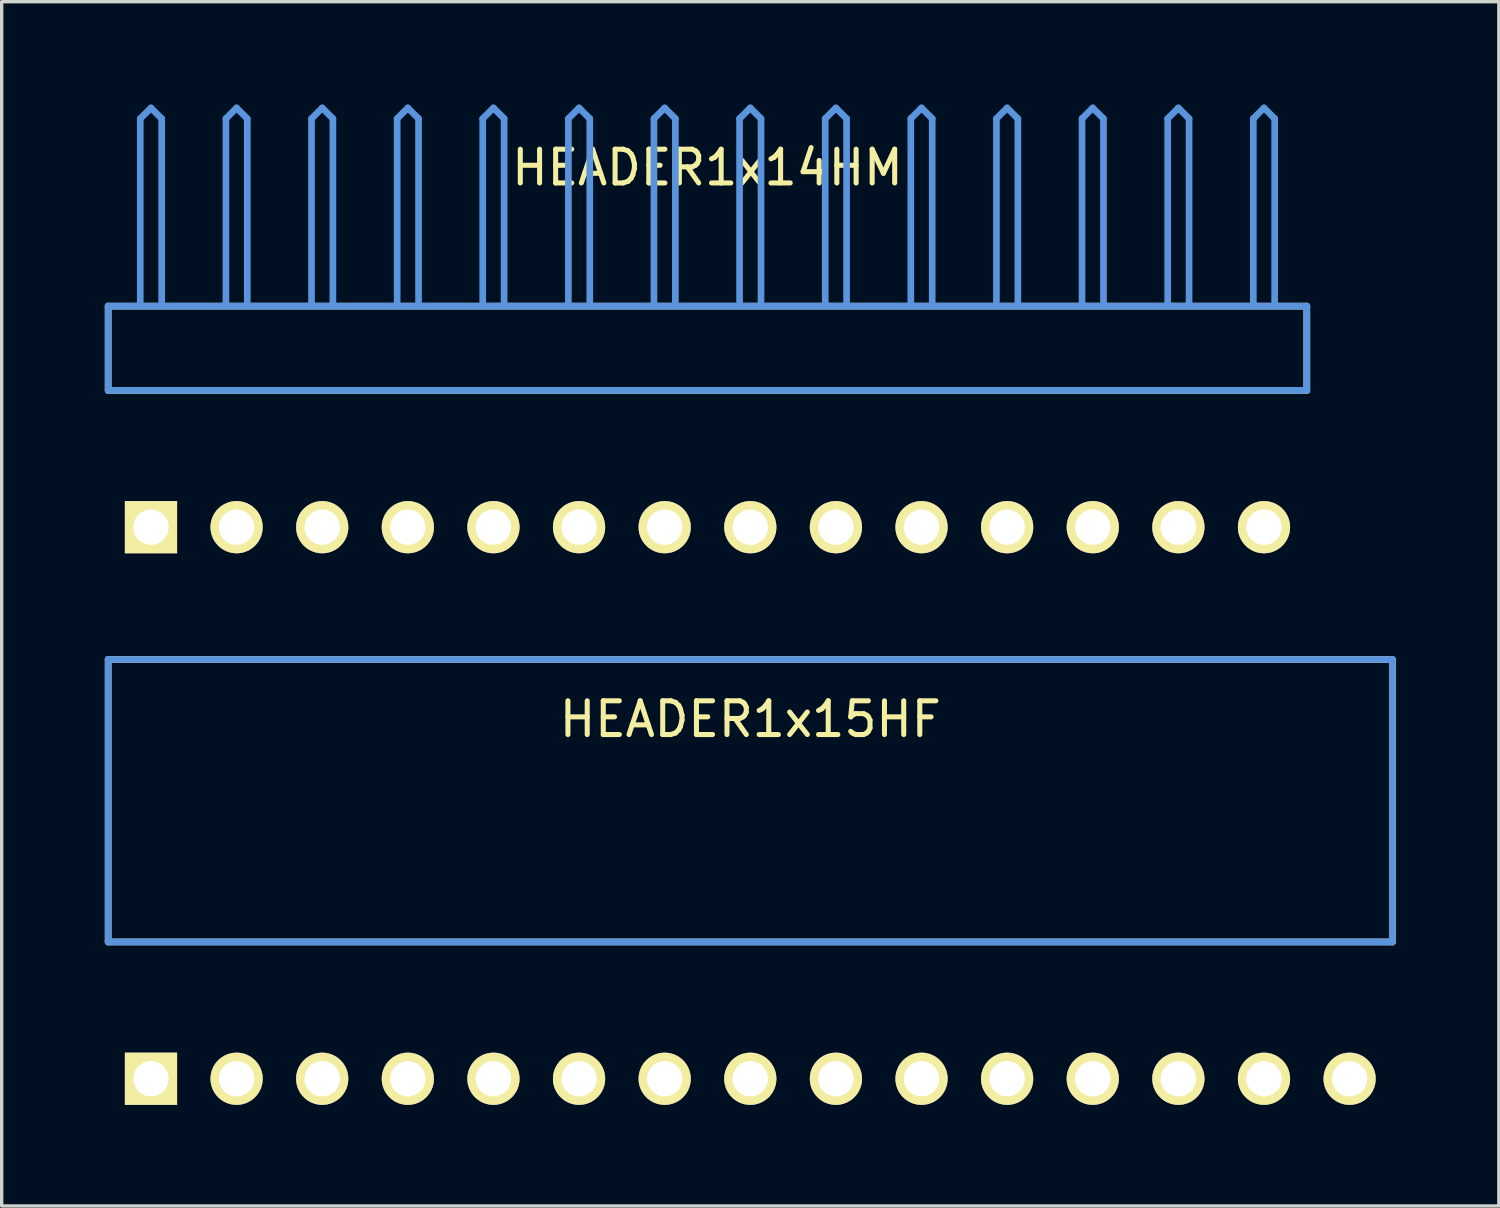
<source format=kicad_pcb>
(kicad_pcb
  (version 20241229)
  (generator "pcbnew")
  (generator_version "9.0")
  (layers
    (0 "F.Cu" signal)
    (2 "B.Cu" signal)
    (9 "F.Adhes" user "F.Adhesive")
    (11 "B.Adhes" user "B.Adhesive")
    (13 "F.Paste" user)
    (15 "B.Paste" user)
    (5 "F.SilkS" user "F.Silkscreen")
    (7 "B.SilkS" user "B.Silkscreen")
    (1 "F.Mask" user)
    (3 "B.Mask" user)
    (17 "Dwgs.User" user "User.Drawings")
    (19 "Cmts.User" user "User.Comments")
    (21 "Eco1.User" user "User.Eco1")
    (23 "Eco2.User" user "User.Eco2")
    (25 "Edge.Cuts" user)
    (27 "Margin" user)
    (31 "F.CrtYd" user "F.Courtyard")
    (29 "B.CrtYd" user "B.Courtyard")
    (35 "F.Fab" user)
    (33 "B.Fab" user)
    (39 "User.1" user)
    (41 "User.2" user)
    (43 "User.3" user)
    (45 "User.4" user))
  (footprint "HEADER1x14HM"
    (layer "F.Cu")
    (at 1.429 12.59)
    (property "Reference" "HEADER1x14HM" (at 16.51 -10.668 0) (layer "F.SilkS") (effects (font (size 1.001 1.001) (thickness 0.15))))
    (attr through_hole)
    (fp_line (start -1.27 -6.558) (end -1.27 -4.059) (stroke (width 0.198) (type solid)) (layer "F.SilkS"))
    (fp_line (start -1.27 -4.059) (end 34.29 -4.059) (stroke (width 0.198) (type solid)) (layer "F.SilkS"))
    (fp_line (start 34.29 -6.558) (end -1.27 -6.558) (stroke (width 0.198) (type solid)) (layer "F.SilkS"))
    (fp_line (start 34.29 -4.059) (end 34.29 -6.558) (stroke (width 0.198) (type solid)) (layer "F.SilkS"))
    (fp_line (start -1.27 -6.558) (end -1.27 -4.059) (stroke (width 0.198) (type solid)) (layer "Cmts.User"))
    (fp_line (start -1.27 -4.059) (end 34.29 -4.059) (stroke (width 0.198) (type solid)) (layer "Cmts.User"))
    (fp_line (start -0.318 -12.121) (end 0 -12.438) (stroke (width 0.198) (type solid)) (layer "Cmts.User"))
    (fp_line (start -0.318 -6.599) (end -0.318 -12.121) (stroke (width 0.198) (type solid)) (layer "Cmts.User"))
    (fp_line (start 0.318 -12.121) (end 0 -12.438) (stroke (width 0.198) (type solid)) (layer "Cmts.User"))
    (fp_line (start 0.318 -6.599) (end 0.318 -12.121) (stroke (width 0.198) (type solid)) (layer "Cmts.User"))
    (fp_line (start 2.223 -12.121) (end 2.54 -12.438) (stroke (width 0.198) (type solid)) (layer "Cmts.User"))
    (fp_line (start 2.223 -6.599) (end 2.223 -12.121) (stroke (width 0.198) (type solid)) (layer "Cmts.User"))
    (fp_line (start 2.857 -12.121) (end 2.54 -12.438) (stroke (width 0.198) (type solid)) (layer "Cmts.User"))
    (fp_line (start 2.857 -6.599) (end 2.857 -12.121) (stroke (width 0.198) (type solid)) (layer "Cmts.User"))
    (fp_line (start 4.763 -12.121) (end 5.08 -12.438) (stroke (width 0.198) (type solid)) (layer "Cmts.User"))
    (fp_line (start 4.763 -6.599) (end 4.763 -12.121) (stroke (width 0.198) (type solid)) (layer "Cmts.User"))
    (fp_line (start 5.397 -12.121) (end 5.08 -12.438) (stroke (width 0.198) (type solid)) (layer "Cmts.User"))
    (fp_line (start 5.397 -6.599) (end 5.397 -12.121) (stroke (width 0.198) (type solid)) (layer "Cmts.User"))
    (fp_line (start 7.303 -12.121) (end 7.62 -12.438) (stroke (width 0.198) (type solid)) (layer "Cmts.User"))
    (fp_line (start 7.303 -6.599) (end 7.303 -12.121) (stroke (width 0.198) (type solid)) (layer "Cmts.User"))
    (fp_line (start 7.938 -12.121) (end 7.62 -12.438) (stroke (width 0.198) (type solid)) (layer "Cmts.User"))
    (fp_line (start 7.938 -6.599) (end 7.938 -12.121) (stroke (width 0.198) (type solid)) (layer "Cmts.User"))
    (fp_line (start 9.842 -12.121) (end 10.16 -12.438) (stroke (width 0.198) (type solid)) (layer "Cmts.User"))
    (fp_line (start 9.842 -6.599) (end 9.842 -12.121) (stroke (width 0.198) (type solid)) (layer "Cmts.User"))
    (fp_line (start 10.477 -12.121) (end 10.16 -12.438) (stroke (width 0.198) (type solid)) (layer "Cmts.User"))
    (fp_line (start 10.477 -6.599) (end 10.477 -12.121) (stroke (width 0.198) (type solid)) (layer "Cmts.User"))
    (fp_line (start 12.383 -12.121) (end 12.7 -12.438) (stroke (width 0.198) (type solid)) (layer "Cmts.User"))
    (fp_line (start 12.383 -6.599) (end 12.383 -12.121) (stroke (width 0.198) (type solid)) (layer "Cmts.User"))
    (fp_line (start 13.018 -12.121) (end 12.7 -12.438) (stroke (width 0.198) (type solid)) (layer "Cmts.User"))
    (fp_line (start 13.018 -6.599) (end 13.018 -12.121) (stroke (width 0.198) (type solid)) (layer "Cmts.User"))
    (fp_line (start 14.922 -12.121) (end 15.24 -12.438) (stroke (width 0.198) (type solid)) (layer "Cmts.User"))
    (fp_line (start 14.922 -6.599) (end 14.922 -12.121) (stroke (width 0.198) (type solid)) (layer "Cmts.User"))
    (fp_line (start 15.557 -12.121) (end 15.24 -12.438) (stroke (width 0.198) (type solid)) (layer "Cmts.User"))
    (fp_line (start 15.557 -6.599) (end 15.557 -12.121) (stroke (width 0.198) (type solid)) (layer "Cmts.User"))
    (fp_line (start 17.462 -12.121) (end 17.78 -12.438) (stroke (width 0.198) (type solid)) (layer "Cmts.User"))
    (fp_line (start 17.462 -6.599) (end 17.462 -12.121) (stroke (width 0.198) (type solid)) (layer "Cmts.User"))
    (fp_line (start 18.098 -12.121) (end 17.78 -12.438) (stroke (width 0.198) (type solid)) (layer "Cmts.User"))
    (fp_line (start 18.098 -6.599) (end 18.098 -12.121) (stroke (width 0.198) (type solid)) (layer "Cmts.User"))
    (fp_line (start 20.003 -12.121) (end 20.32 -12.438) (stroke (width 0.198) (type solid)) (layer "Cmts.User"))
    (fp_line (start 20.003 -6.599) (end 20.003 -12.121) (stroke (width 0.198) (type solid)) (layer "Cmts.User"))
    (fp_line (start 20.637 -12.121) (end 20.32 -12.438) (stroke (width 0.198) (type solid)) (layer "Cmts.User"))
    (fp_line (start 20.637 -6.599) (end 20.637 -12.121) (stroke (width 0.198) (type solid)) (layer "Cmts.User"))
    (fp_line (start 22.543 -12.121) (end 22.86 -12.438) (stroke (width 0.198) (type solid)) (layer "Cmts.User"))
    (fp_line (start 22.543 -6.599) (end 22.543 -12.121) (stroke (width 0.198) (type solid)) (layer "Cmts.User"))
    (fp_line (start 23.177 -12.121) (end 22.86 -12.438) (stroke (width 0.198) (type solid)) (layer "Cmts.User"))
    (fp_line (start 23.177 -6.599) (end 23.177 -12.121) (stroke (width 0.198) (type solid)) (layer "Cmts.User"))
    (fp_line (start 25.082 -12.121) (end 25.4 -12.438) (stroke (width 0.198) (type solid)) (layer "Cmts.User"))
    (fp_line (start 25.082 -6.599) (end 25.082 -12.121) (stroke (width 0.198) (type solid)) (layer "Cmts.User"))
    (fp_line (start 25.718 -12.121) (end 25.4 -12.438) (stroke (width 0.198) (type solid)) (layer "Cmts.User"))
    (fp_line (start 25.718 -6.599) (end 25.718 -12.121) (stroke (width 0.198) (type solid)) (layer "Cmts.User"))
    (fp_line (start 27.622 -12.121) (end 27.94 -12.438) (stroke (width 0.198) (type solid)) (layer "Cmts.User"))
    (fp_line (start 27.622 -6.599) (end 27.622 -12.121) (stroke (width 0.198) (type solid)) (layer "Cmts.User"))
    (fp_line (start 28.258 -12.121) (end 27.94 -12.438) (stroke (width 0.198) (type solid)) (layer "Cmts.User"))
    (fp_line (start 28.258 -6.599) (end 28.258 -12.121) (stroke (width 0.198) (type solid)) (layer "Cmts.User"))
    (fp_line (start 30.163 -12.121) (end 30.48 -12.438) (stroke (width 0.198) (type solid)) (layer "Cmts.User"))
    (fp_line (start 30.163 -6.599) (end 30.163 -12.121) (stroke (width 0.198) (type solid)) (layer "Cmts.User"))
    (fp_line (start 30.797 -12.121) (end 30.48 -12.438) (stroke (width 0.198) (type solid)) (layer "Cmts.User"))
    (fp_line (start 30.797 -6.599) (end 30.797 -12.121) (stroke (width 0.198) (type solid)) (layer "Cmts.User"))
    (fp_line (start 32.703 -12.121) (end 33.02 -12.438) (stroke (width 0.198) (type solid)) (layer "Cmts.User"))
    (fp_line (start 32.703 -6.599) (end 32.703 -12.121) (stroke (width 0.198) (type solid)) (layer "Cmts.User"))
    (fp_line (start 33.337 -12.121) (end 33.02 -12.438) (stroke (width 0.198) (type solid)) (layer "Cmts.User"))
    (fp_line (start 33.337 -6.599) (end 33.337 -12.121) (stroke (width 0.198) (type solid)) (layer "Cmts.User"))
    (fp_line (start 34.29 -6.558) (end -1.27 -6.558) (stroke (width 0.198) (type solid)) (layer "Cmts.User"))
    (fp_line (start 34.29 -4.059) (end 34.29 -6.558) (stroke (width 0.198) (type solid)) (layer "Cmts.User"))
    (fp_line (start -1.379 -12.54) (end 34.399 -12.54) (stroke (width 0.099) (type solid)) (layer "Eco1.User"))
    (fp_line (start -1.379 -1.14) (end -1.379 -12.54) (stroke (width 0.099) (type solid)) (layer "Eco1.User"))
    (fp_line (start 34.399 -12.54) (end 34.399 -1.14) (stroke (width 0.099) (type solid)) (layer "Eco1.User"))
    (fp_line (start 34.399 -1.14) (end -1.379 -1.14) (stroke (width 0.099) (type solid)) (layer "Eco1.User"))
    (pad "1" thru_hole rect (at 0 0) (size 1.549 1.549) (drill 1.049) (layers "*.Cu" "*.Mask" "F.SilkS"))
    (pad "2" thru_hole circle (at 2.54 0) (size 1.549 1.549) (drill 1.049) (layers "*.Cu" "*.Mask" "F.SilkS"))
    (pad "3" thru_hole circle (at 5.08 0) (size 1.549 1.549) (drill 1.049) (layers "*.Cu" "*.Mask" "F.SilkS"))
    (pad "4" thru_hole circle (at 7.62 0) (size 1.549 1.549) (drill 1.049) (layers "*.Cu" "*.Mask" "F.SilkS"))
    (pad "5" thru_hole circle (at 10.16 0) (size 1.549 1.549) (drill 1.049) (layers "*.Cu" "*.Mask" "F.SilkS"))
    (pad "6" thru_hole circle (at 12.7 0) (size 1.549 1.549) (drill 1.049) (layers "*.Cu" "*.Mask" "F.SilkS"))
    (pad "7" thru_hole circle (at 15.24 0) (size 1.549 1.549) (drill 1.049) (layers "*.Cu" "*.Mask" "F.SilkS"))
    (pad "8" thru_hole circle (at 17.78 0) (size 1.549 1.549) (drill 1.049) (layers "*.Cu" "*.Mask" "F.SilkS"))
    (pad "9" thru_hole circle (at 20.32 0) (size 1.549 1.549) (drill 1.049) (layers "*.Cu" "*.Mask" "F.SilkS"))
    (pad "10" thru_hole circle (at 22.86 0) (size 1.549 1.549) (drill 1.049) (layers "*.Cu" "*.Mask" "F.SilkS"))
    (pad "11" thru_hole circle (at 25.4 0) (size 1.549 1.549) (drill 1.049) (layers "*.Cu" "*.Mask" "F.SilkS"))
    (pad "12" thru_hole circle (at 27.94 0) (size 1.549 1.549) (drill 1.049) (layers "*.Cu" "*.Mask" "F.SilkS"))
    (pad "13" thru_hole circle (at 30.48 0) (size 1.549 1.549) (drill 1.049) (layers "*.Cu" "*.Mask" "F.SilkS"))
    (pad "14" thru_hole circle (at 33.02 0) (size 1.549 1.549) (drill 1.049) (layers "*.Cu" "*.Mask" "F.SilkS")))
  (footprint "HEADER1x15HF"
    (layer "F.Cu")
    (at 1.429 28.954)
    (property "Reference" "HEADER1x15HF" (at 17.78 -10.668 0) (layer "F.SilkS") (effects (font (size 1.001 1.001) (thickness 0.15))))
    (attr through_hole)
    (fp_line (start -1.27 -12.438) (end -1.27 -4.059) (stroke (width 0.198) (type solid)) (layer "F.SilkS"))
    (fp_line (start -1.27 -4.059) (end 36.83 -4.059) (stroke (width 0.198) (type solid)) (layer "F.SilkS"))
    (fp_line (start 36.83 -12.438) (end -1.27 -12.438) (stroke (width 0.198) (type solid)) (layer "F.SilkS"))
    (fp_line (start 36.83 -4.059) (end 36.83 -12.438) (stroke (width 0.198) (type solid)) (layer "F.SilkS"))
    (fp_line (start -1.27 -12.438) (end -1.27 -4.059) (stroke (width 0.198) (type solid)) (layer "Cmts.User"))
    (fp_line (start -1.27 -4.059) (end 36.83 -4.059) (stroke (width 0.198) (type solid)) (layer "Cmts.User"))
    (fp_line (start 36.83 -12.438) (end -1.27 -12.438) (stroke (width 0.198) (type solid)) (layer "Cmts.User"))
    (fp_line (start 36.83 -4.059) (end 36.83 -12.438) (stroke (width 0.198) (type solid)) (layer "Cmts.User"))
    (fp_line (start -1.379 -12.54) (end 36.939 -12.54) (stroke (width 0.099) (type solid)) (layer "Eco1.User"))
    (fp_line (start -1.379 -1.14) (end -1.379 -12.54) (stroke (width 0.099) (type solid)) (layer "Eco1.User"))
    (fp_line (start 36.939 -12.54) (end 36.939 -1.14) (stroke (width 0.099) (type solid)) (layer "Eco1.User"))
    (fp_line (start 36.939 -1.14) (end -1.379 -1.14) (stroke (width 0.099) (type solid)) (layer "Eco1.User"))
    (pad "1" thru_hole rect (at 0 0) (size 1.549 1.549) (drill 1.049) (layers "*.Cu" "*.Mask" "F.SilkS"))
    (pad "2" thru_hole circle (at 2.54 0) (size 1.549 1.549) (drill 1.049) (layers "*.Cu" "*.Mask" "F.SilkS"))
    (pad "3" thru_hole circle (at 5.08 0) (size 1.549 1.549) (drill 1.049) (layers "*.Cu" "*.Mask" "F.SilkS"))
    (pad "4" thru_hole circle (at 7.62 0) (size 1.549 1.549) (drill 1.049) (layers "*.Cu" "*.Mask" "F.SilkS"))
    (pad "5" thru_hole circle (at 10.16 0) (size 1.549 1.549) (drill 1.049) (layers "*.Cu" "*.Mask" "F.SilkS"))
    (pad "6" thru_hole circle (at 12.7 0) (size 1.549 1.549) (drill 1.049) (layers "*.Cu" "*.Mask" "F.SilkS"))
    (pad "7" thru_hole circle (at 15.24 0) (size 1.549 1.549) (drill 1.049) (layers "*.Cu" "*.Mask" "F.SilkS"))
    (pad "8" thru_hole circle (at 17.78 0) (size 1.549 1.549) (drill 1.049) (layers "*.Cu" "*.Mask" "F.SilkS"))
    (pad "9" thru_hole circle (at 20.32 0) (size 1.549 1.549) (drill 1.049) (layers "*.Cu" "*.Mask" "F.SilkS"))
    (pad "10" thru_hole circle (at 22.86 0) (size 1.549 1.549) (drill 1.049) (layers "*.Cu" "*.Mask" "F.SilkS"))
    (pad "11" thru_hole circle (at 25.4 0) (size 1.549 1.549) (drill 1.049) (layers "*.Cu" "*.Mask" "F.SilkS"))
    (pad "12" thru_hole circle (at 27.94 0) (size 1.549 1.549) (drill 1.049) (layers "*.Cu" "*.Mask" "F.SilkS"))
    (pad "13" thru_hole circle (at 30.48 0) (size 1.549 1.549) (drill 1.049) (layers "*.Cu" "*.Mask" "F.SilkS"))
    (pad "14" thru_hole circle (at 33.02 0) (size 1.549 1.549) (drill 1.049) (layers "*.Cu" "*.Mask" "F.SilkS"))
    (pad "15" thru_hole circle (at 35.56 0) (size 1.549 1.549) (drill 1.049) (layers "*.Cu" "*.Mask" "F.SilkS")))
  (gr_rect
    (start -3 -3)
    (end 41.417 32.728)
    (stroke (width 0.1) (type default))
    (fill no)
    (layer "Edge.Cuts")))
</source>
